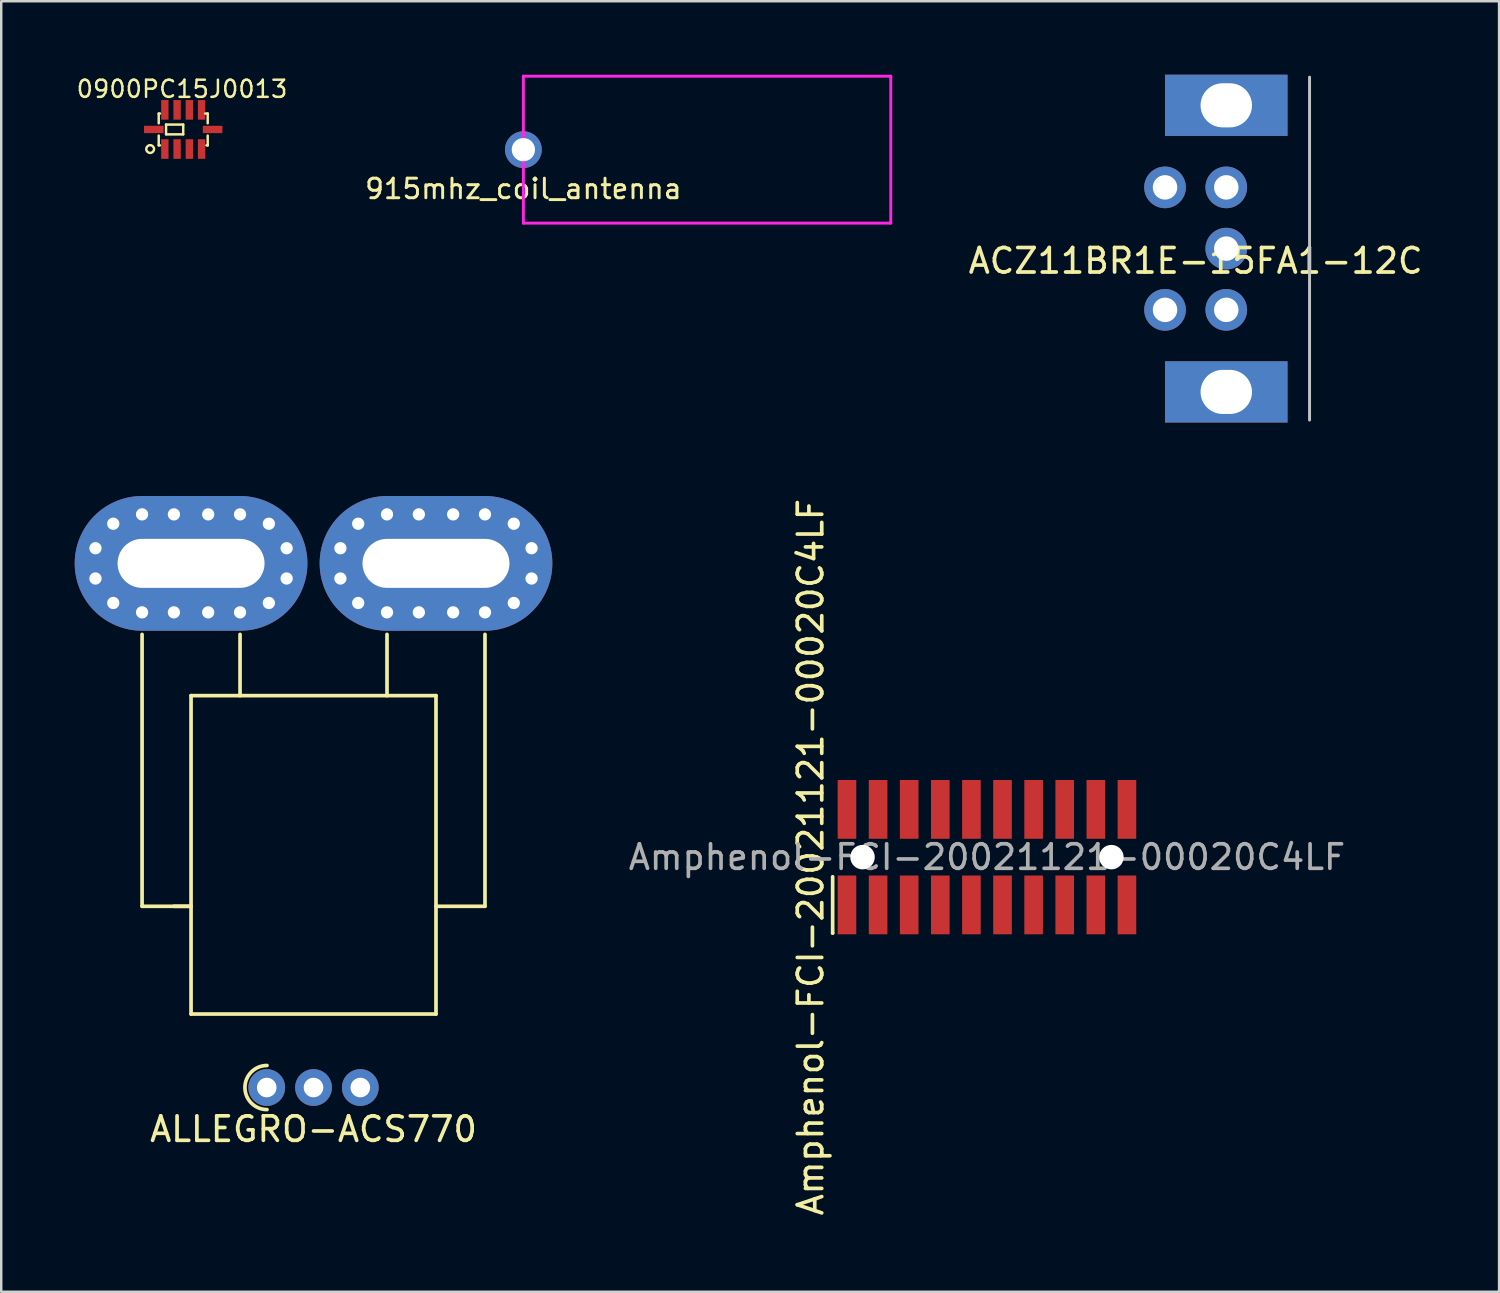
<source format=kicad_pcb>
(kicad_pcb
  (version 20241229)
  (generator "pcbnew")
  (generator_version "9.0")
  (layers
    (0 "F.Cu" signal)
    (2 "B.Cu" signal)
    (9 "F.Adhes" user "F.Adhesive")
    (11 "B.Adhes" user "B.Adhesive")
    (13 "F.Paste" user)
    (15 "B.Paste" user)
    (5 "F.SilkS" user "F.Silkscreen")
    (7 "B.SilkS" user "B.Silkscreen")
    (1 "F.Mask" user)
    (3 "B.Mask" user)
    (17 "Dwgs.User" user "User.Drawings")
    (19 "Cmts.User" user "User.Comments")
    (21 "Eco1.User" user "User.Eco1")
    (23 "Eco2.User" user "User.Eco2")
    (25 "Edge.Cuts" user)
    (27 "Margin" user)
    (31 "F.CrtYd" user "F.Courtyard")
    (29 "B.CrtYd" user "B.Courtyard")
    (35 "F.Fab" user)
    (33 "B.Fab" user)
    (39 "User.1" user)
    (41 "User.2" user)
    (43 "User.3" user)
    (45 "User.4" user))
  (footprint "ALLEGRO-ACS770"
    (layer "F.Cu")
    (at 9.75 41.35)
    (property "Reference" "ALLEGRO-ACS770" (at 0 1.7 0) (layer "F.SilkS") (effects (font (size 1 1) (thickness 0.15))))
    (attr through_hole)
    (fp_line (start -7 -7.4) (end -7 -18.5) (stroke (width 0.15) (type solid)) (layer "F.SilkS"))
    (fp_line (start -5 -16) (end 5 -16) (stroke (width 0.15) (type solid)) (layer "F.SilkS"))
    (fp_line (start -5 -7.4) (end -7 -7.4) (stroke (width 0.15) (type solid)) (layer "F.SilkS"))
    (fp_line (start -5 -7.4) (end -5.7 -7.4) (stroke (width 0.15) (type solid)) (layer "F.SilkS"))
    (fp_line (start -5 -3) (end -5 -16) (stroke (width 0.15) (type solid)) (layer "F.SilkS"))
    (fp_line (start -3 -16) (end -3 -18.5) (stroke (width 0.15) (type solid)) (layer "F.SilkS"))
    (fp_line (start 3 -16) (end 3 -18.5) (stroke (width 0.15) (type solid)) (layer "F.SilkS"))
    (fp_line (start 5 -16) (end 5 -3) (stroke (width 0.15) (type solid)) (layer "F.SilkS"))
    (fp_line (start 5 -7.4) (end 7 -7.4) (stroke (width 0.15) (type solid)) (layer "F.SilkS"))
    (fp_line (start 5 -3) (end -5 -3) (stroke (width 0.15) (type solid)) (layer "F.SilkS"))
    (fp_line (start 7 -7.4) (end 7 -18.5) (stroke (width 0.15) (type solid)) (layer "F.SilkS"))
    (fp_arc (start -1.9 0.9) (mid -2.8 0) (end -1.9 -0.9) (stroke (width 0.15) (type solid)) (layer "F.SilkS"))
    (pad "1" thru_hole circle (at -1.91 0) (size 1.5 1.5) (drill 0.8) (layers "*.Cu" "*.Mask"))
    (pad "2" thru_hole circle (at 0 0) (size 1.5 1.5) (drill 0.8) (layers "*.Cu" "*.Mask"))
    (pad "3" thru_hole circle (at 1.91 0) (size 1.5 1.5) (drill 0.8) (layers "*.Cu" "*.Mask"))
    (pad "4" thru_hole circle (at 1.098 -22.018) (size 1 1) (drill 0.5) (layers "*.Cu" "*.Mask"))
    (pad "4" thru_hole circle (at 1.098 -20.782) (size 1 1) (drill 0.5) (layers "*.Cu" "*.Mask"))
    (pad "4" thru_hole circle (at 1.824 -23.018) (size 1 1) (drill 0.5) (layers "*.Cu" "*.Mask"))
    (pad "4" thru_hole circle (at 1.824 -19.782) (size 1 1) (drill 0.5) (layers "*.Cu" "*.Mask"))
    (pad "4" thru_hole circle (at 3 -23.4) (size 1 1) (drill 0.5) (layers "*.Cu" "*.Mask"))
    (pad "4" thru_hole circle (at 3 -19.4) (size 1 1) (drill 0.5) (layers "*.Cu" "*.Mask"))
    (pad "4" thru_hole circle (at 4.3 -23.4) (size 1 1) (drill 0.5) (layers "*.Cu" "*.Mask"))
    (pad "4" thru_hole circle (at 4.3 -19.4) (size 1 1) (drill 0.5) (layers "*.Cu" "*.Mask"))
    (pad "4" thru_hole oval (at 5 -21.4) (size 9.5 5.5) (drill oval 6 2) (layers "*.Cu" "*.Mask"))
    (pad "4" thru_hole circle (at 5.7 -23.4) (size 1 1) (drill 0.5) (layers "*.Cu" "*.Mask"))
    (pad "4" thru_hole circle (at 5.7 -19.4) (size 1 1) (drill 0.5) (layers "*.Cu" "*.Mask"))
    (pad "4" thru_hole circle (at 7 -23.4) (size 1 1) (drill 0.5) (layers "*.Cu" "*.Mask"))
    (pad "4" thru_hole circle (at 7 -19.4) (size 1 1) (drill 0.5) (layers "*.Cu" "*.Mask"))
    (pad "4" thru_hole circle (at 8.176 -23.018) (size 1 1) (drill 0.5) (layers "*.Cu" "*.Mask"))
    (pad "4" thru_hole circle (at 8.176 -19.782) (size 1 1) (drill 0.5) (layers "*.Cu" "*.Mask"))
    (pad "4" thru_hole circle (at 8.902 -22.018) (size 1 1) (drill 0.5) (layers "*.Cu" "*.Mask"))
    (pad "4" thru_hole circle (at 8.902 -20.782) (size 1 1) (drill 0.5) (layers "*.Cu" "*.Mask"))
    (pad "5" thru_hole circle (at -8.902 -22.018) (size 1 1) (drill 0.5) (layers "*.Cu" "*.Mask"))
    (pad "5" thru_hole circle (at -8.902 -20.782) (size 1 1) (drill 0.5) (layers "*.Cu" "*.Mask"))
    (pad "5" thru_hole circle (at -8.176 -23.018) (size 1 1) (drill 0.5) (layers "*.Cu" "*.Mask"))
    (pad "5" thru_hole circle (at -8.176 -19.782) (size 1 1) (drill 0.5) (layers "*.Cu" "*.Mask"))
    (pad "5" thru_hole circle (at -7 -23.4) (size 1 1) (drill 0.5) (layers "*.Cu" "*.Mask"))
    (pad "5" thru_hole circle (at -7 -19.4) (size 1 1) (drill 0.5) (layers "*.Cu" "*.Mask"))
    (pad "5" thru_hole circle (at -5.7 -23.4) (size 1 1) (drill 0.5) (layers "*.Cu" "*.Mask"))
    (pad "5" thru_hole circle (at -5.7 -19.4) (size 1 1) (drill 0.5) (layers "*.Cu" "*.Mask"))
    (pad "5" thru_hole oval (at -5 -21.4) (size 9.5 5.5) (drill oval 6 2) (layers "*.Cu" "*.Mask"))
    (pad "5" thru_hole circle (at -4.3 -23.4) (size 1 1) (drill 0.5) (layers "*.Cu" "*.Mask"))
    (pad "5" thru_hole circle (at -4.3 -19.4) (size 1 1) (drill 0.5) (layers "*.Cu" "*.Mask"))
    (pad "5" thru_hole circle (at -3 -23.4) (size 1 1) (drill 0.5) (layers "*.Cu" "*.Mask"))
    (pad "5" thru_hole circle (at -3 -19.4) (size 1 1) (drill 0.5) (layers "*.Cu" "*.Mask"))
    (pad "5" thru_hole circle (at -1.824 -23.018) (size 1 1) (drill 0.5) (layers "*.Cu" "*.Mask"))
    (pad "5" thru_hole circle (at -1.824 -19.782) (size 1 1) (drill 0.5) (layers "*.Cu" "*.Mask"))
    (pad "5" thru_hole circle (at -1.098 -22.018) (size 1 1) (drill 0.5) (layers "*.Cu" "*.Mask"))
    (pad "5" thru_hole circle (at -1.098 -20.782) (size 1 1) (drill 0.5) (layers "*.Cu" "*.Mask")))
  (footprint "ACZ11BR1E-15FA1-12C"
    (layer "F.Cu")
    (at 47.014 7.1)
    (property "Reference" "ACZ11BR1E-15FA1-12C" (at -1.25 0.5 0) (layer "F.SilkS") (effects (font (size 1 1) (thickness 0.15))))
    (attr through_hole)
    (fp_line (start 3.4 -7) (end 3.4 7) (stroke (width 0.12) (type solid)) (layer "Dwgs.User"))
    (pad "" thru_hole rect (at 0 -5.85) (size 5 2.5) (drill oval 2.1 1.8) (layers "*.Cu" "*.Mask"))
    (pad "" thru_hole rect (at 0 5.85) (size 5 2.5) (drill oval 2.1 1.8) (layers "*.Cu" "*.Mask"))
    (pad "1" thru_hole circle (at 0 2.5) (size 1.7 1.7) (drill 1) (layers "*.Cu" "*.Mask"))
    (pad "2" thru_hole circle (at 0 0) (size 1.7 1.7) (drill 1) (layers "*.Cu" "*.Mask"))
    (pad "3" thru_hole circle (at 0 -2.5) (size 1.7 1.7) (drill 1) (layers "*.Cu" "*.Mask"))
    (pad "4" thru_hole circle (at -2.5 2.5) (size 1.7 1.7) (drill 1) (layers "*.Cu" "*.Mask"))
    (pad "5" thru_hole circle (at -2.5 -2.5) (size 1.7 1.7) (drill 1) (layers "*.Cu" "*.Mask")))
  (footprint "Amphenol-FCI-20021121-00020C4LF"
    (layer "F.Cu")
    (at 37.244 31.944)
    (property "Reference" "Amphenol-FCI-20021121-00020C4LF" (at -7.2 0 90) (layer "F.SilkS") (effects (font (size 1 1) (thickness 0.15))))
    (attr through_hole)
    (fp_line (start -6.3 0.8) (end -6.3 3.1) (stroke (width 0.15) (type solid)) (layer "F.SilkS"))
    (fp_line (start -6.3 3.1) (end -6.3 3.1) (stroke (width 0.15) (type solid)) (layer "F.SilkS"))
    (fp_text user "${REFERENCE}" (at 0 0 0) (layer "F.Fab") (effects (font (size 1 1) (thickness 0.15))))
    (pad "" np_thru_hole circle (at -5.08 0) (size 1 1) (drill 1) (layers "*.Cu" "*.Mask"))
    (pad "" np_thru_hole circle (at 5.08 0) (size 1 1) (drill 1) (layers "*.Cu" "*.Mask"))
    (pad "1" smd rect (at -5.715 1.95) (size 0.76 2.4) (layers "F.Cu" "F.Mask" "F.Paste"))
    (pad "2" smd rect (at -5.715 -1.95) (size 0.76 2.4) (layers "F.Cu" "F.Mask" "F.Paste"))
    (pad "3" smd rect (at -4.445 1.95) (size 0.76 2.4) (layers "F.Cu" "F.Mask" "F.Paste"))
    (pad "4" smd rect (at -4.445 -1.95) (size 0.76 2.4) (layers "F.Cu" "F.Mask" "F.Paste"))
    (pad "5" smd rect (at -3.175 1.95) (size 0.76 2.4) (layers "F.Cu" "F.Mask" "F.Paste"))
    (pad "6" smd rect (at -3.175 -1.95) (size 0.76 2.4) (layers "F.Cu" "F.Mask" "F.Paste"))
    (pad "7" smd rect (at -1.905 1.95) (size 0.76 2.4) (layers "F.Cu" "F.Mask" "F.Paste"))
    (pad "8" smd rect (at -1.905 -1.95) (size 0.76 2.4) (layers "F.Cu" "F.Mask" "F.Paste"))
    (pad "9" smd rect (at -0.635 1.95) (size 0.76 2.4) (layers "F.Cu" "F.Mask" "F.Paste"))
    (pad "10" smd rect (at -0.635 -1.95) (size 0.76 2.4) (layers "F.Cu" "F.Mask" "F.Paste"))
    (pad "11" smd rect (at 0.635 1.95) (size 0.76 2.4) (layers "F.Cu" "F.Mask" "F.Paste"))
    (pad "12" smd rect (at 0.635 -1.95) (size 0.76 2.4) (layers "F.Cu" "F.Mask" "F.Paste"))
    (pad "13" smd rect (at 1.905 1.95) (size 0.76 2.4) (layers "F.Cu" "F.Mask" "F.Paste"))
    (pad "14" smd rect (at 1.905 -1.95) (size 0.76 2.4) (layers "F.Cu" "F.Mask" "F.Paste"))
    (pad "15" smd rect (at 3.175 1.95) (size 0.76 2.4) (layers "F.Cu" "F.Mask" "F.Paste"))
    (pad "16" smd rect (at 3.175 -1.95) (size 0.76 2.4) (layers "F.Cu" "F.Mask" "F.Paste"))
    (pad "17" smd rect (at 4.445 1.95) (size 0.76 2.4) (layers "F.Cu" "F.Mask" "F.Paste"))
    (pad "18" smd rect (at 4.445 -1.95) (size 0.76 2.4) (layers "F.Cu" "F.Mask" "F.Paste"))
    (pad "19" smd rect (at 5.715 1.95) (size 0.76 2.4) (layers "F.Cu" "F.Mask" "F.Paste"))
    (pad "20" smd rect (at 5.715 -1.95) (size 0.76 2.4) (layers "F.Cu" "F.Mask" "F.Paste")))
  (footprint "0900PC15J0013"
    (layer "F.Cu")
    (at 4.43 2.235)
    (property "Reference" "0900PC15J0013" (at -0.05 -1.65 0) (layer "F.SilkS") (effects (font (size 0.7 0.7) (thickness 0.1))))
    (attr through_hole)
    (fp_line (start -1 -0.65) (end -1 -0.25) (stroke (width 0.1) (type solid)) (layer "F.SilkS"))
    (fp_line (start -1 0.25) (end -1 0.65) (stroke (width 0.1) (type solid)) (layer "F.SilkS"))
    (fp_line (start -1 0.65) (end -0.95 0.65) (stroke (width 0.1) (type solid)) (layer "F.SilkS"))
    (fp_line (start -0.95 -0.65) (end -1 -0.65) (stroke (width 0.1) (type solid)) (layer "F.SilkS"))
    (fp_line (start -0.7 -0.2) (end -0.7 0.2) (stroke (width 0.1) (type solid)) (layer "F.SilkS"))
    (fp_line (start -0.7 0.2) (end 0 0.2) (stroke (width 0.1) (type solid)) (layer "F.SilkS"))
    (fp_line (start 0 -0.2) (end -0.7 -0.2) (stroke (width 0.1) (type solid)) (layer "F.SilkS"))
    (fp_line (start 0 0.2) (end 0 -0.2) (stroke (width 0.1) (type solid)) (layer "F.SilkS"))
    (fp_line (start 0.9 -0.65) (end 1 -0.65) (stroke (width 0.1) (type solid)) (layer "F.SilkS"))
    (fp_line (start 1 -0.65) (end 1 -0.25) (stroke (width 0.1) (type solid)) (layer "F.SilkS"))
    (fp_line (start 1 0.25) (end 1 0.65) (stroke (width 0.1) (type solid)) (layer "F.SilkS"))
    (fp_line (start 1 0.65) (end 0.95 0.65) (stroke (width 0.1) (type solid)) (layer "F.SilkS"))
    (fp_circle (center -1.35 0.8) (end -1.2 0.75) (stroke (width 0.1) (type solid)) (fill no) (layer "F.SilkS"))
    (pad "1" smd rect (at -0.75 0.8) (size 0.3 0.8) (layers "F.Cu" "F.Mask" "F.Paste"))
    (pad "2" smd rect (at -0.25 0.8) (size 0.3 0.8) (layers "F.Cu" "F.Mask" "F.Paste"))
    (pad "3" smd rect (at 0.25 0.8) (size 0.3 0.8) (layers "F.Cu" "F.Mask" "F.Paste"))
    (pad "4" smd rect (at 0.75 0.8) (size 0.3 0.8) (layers "F.Cu" "F.Mask" "F.Paste"))
    (pad "5" smd rect (at 1.2 0 90) (size 0.3 0.8) (layers "F.Cu" "F.Mask" "F.Paste"))
    (pad "6" smd rect (at 0.75 -0.8) (size 0.3 0.8) (layers "F.Cu" "F.Mask" "F.Paste"))
    (pad "7" smd rect (at 0.25 -0.8) (size 0.3 0.8) (layers "F.Cu" "F.Mask" "F.Paste"))
    (pad "8" smd rect (at -0.25 -0.8) (size 0.3 0.8) (layers "F.Cu" "F.Mask" "F.Paste"))
    (pad "9" smd rect (at -0.75 -0.8) (size 0.3 0.8) (layers "F.Cu" "F.Mask" "F.Paste"))
    (pad "10" smd rect (at -1.2 0 90) (size 0.3 0.8) (layers "F.Cu" "F.Mask" "F.Paste")))
  (footprint "915mhz_coil_antenna"
    (layer "F.Cu")
    (at 18.317 3.06)
    (property "Reference" "915mhz_coil_antenna" (at 0 1.6 0) (layer "F.SilkS") (effects (font (size 0.8 0.8) (thickness 0.12))))
    (attr through_hole)
    (fp_line (start 0 -3) (end 15 -3) (stroke (width 0.12) (type solid)) (layer "F.CrtYd"))
    (fp_line (start 0 3) (end 0 -3) (stroke (width 0.12) (type solid)) (layer "F.CrtYd"))
    (fp_line (start 15 -3) (end 15 3) (stroke (width 0.12) (type solid)) (layer "F.CrtYd"))
    (fp_line (start 15 3) (end 0 3) (stroke (width 0.12) (type solid)) (layer "F.CrtYd"))
    (pad "1" thru_hole circle (at 0 0) (size 1.5 1.5) (drill 0.95) (layers "*.Cu" "*.Mask")))
  (gr_rect
    (start -3 -3)
    (end 58.151 49.688)
    (stroke (width 0.1) (type default))
    (fill no)
    (layer "Edge.Cuts")))
</source>
